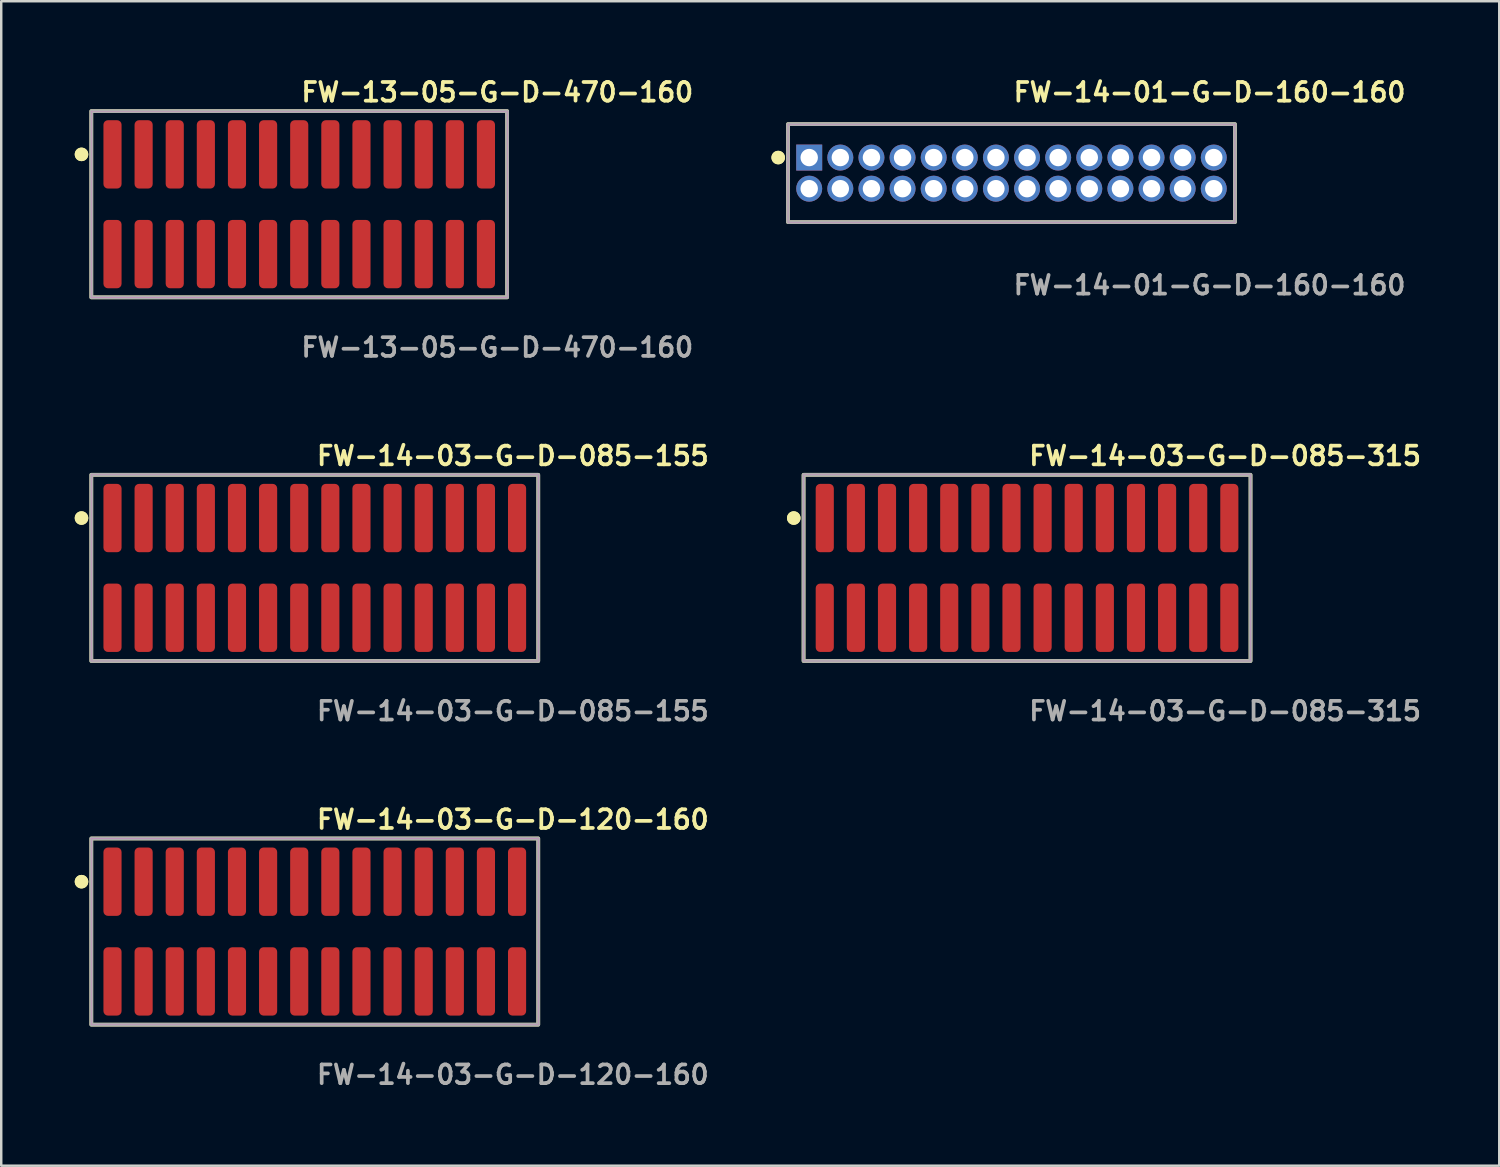
<source format=kicad_pcb>
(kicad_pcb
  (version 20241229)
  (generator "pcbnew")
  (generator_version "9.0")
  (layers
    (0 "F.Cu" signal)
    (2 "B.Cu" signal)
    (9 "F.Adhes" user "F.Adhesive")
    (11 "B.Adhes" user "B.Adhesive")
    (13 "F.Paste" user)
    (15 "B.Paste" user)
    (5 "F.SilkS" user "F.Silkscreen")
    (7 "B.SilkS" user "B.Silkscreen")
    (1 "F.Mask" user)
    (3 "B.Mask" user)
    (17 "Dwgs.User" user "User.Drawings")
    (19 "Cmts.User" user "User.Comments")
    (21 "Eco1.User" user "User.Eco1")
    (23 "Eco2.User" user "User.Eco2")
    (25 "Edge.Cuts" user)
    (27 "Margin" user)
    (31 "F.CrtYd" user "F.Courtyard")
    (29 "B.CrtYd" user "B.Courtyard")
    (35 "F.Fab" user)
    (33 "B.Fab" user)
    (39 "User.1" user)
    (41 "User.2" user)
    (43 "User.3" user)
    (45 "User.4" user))
  (footprint "FW-14-03-G-D-120-160"
    (layer "F.Cu")
    (at 9.796 34.966)
    (property "Reference" "FW-14-03-G-D-120-160" (at 0 -4.572 0) (unlocked yes) (layer "F.SilkS") (effects (font (size 0.762 0.762) (thickness 0.152)) (justify left)))
    (fp_rect (start -9.12 3.8) (end 9.12 -3.8) (stroke (width 0.152) (type solid)) (fill no) (layer "F.SilkS"))
    (fp_circle (center -9.52 -2.035) (end -9.72 -2.035) (stroke (width 0.152) (type solid)) (fill yes) (layer "F.SilkS"))
    (fp_circle (center -9.52 -2.035) (end -9.72 -2.035) (stroke (width 0.152) (type solid)) (fill yes) (layer "F.SilkS"))
    (fp_rect (start -9.12 3.8) (end 9.12 -3.8) (stroke (width 0.006) (type solid)) (fill no) (layer "F.CrtYd"))
    (fp_rect (start -9.12 3.8) (end 9.12 -3.8) (stroke (width 0.152) (type solid)) (fill no) (layer "F.Fab"))
    (fp_text user "${REFERENCE}" (at 0 5.842 0) (unlocked yes) (layer "F.Fab") (effects (font (size 0.762 0.762) (thickness 0.152)) (justify left)))
    (pad "1" smd roundrect (at -8.255 -2.035) (size 0.74 2.79) (layers "F.Cu" "F.Paste") (roundrect_rratio 0.25))
    (pad "2" smd roundrect (at -8.255 2.035) (size 0.74 2.79) (layers "F.Cu" "F.Paste") (roundrect_rratio 0.25))
    (pad "3" smd roundrect (at -6.985 -2.035) (size 0.74 2.79) (layers "F.Cu" "F.Paste") (roundrect_rratio 0.25))
    (pad "4" smd roundrect (at -6.985 2.035) (size 0.74 2.79) (layers "F.Cu" "F.Paste") (roundrect_rratio 0.25))
    (pad "5" smd roundrect (at -5.715 -2.035) (size 0.74 2.79) (layers "F.Cu" "F.Paste") (roundrect_rratio 0.25))
    (pad "6" smd roundrect (at -5.715 2.035) (size 0.74 2.79) (layers "F.Cu" "F.Paste") (roundrect_rratio 0.25))
    (pad "7" smd roundrect (at -4.445 -2.035) (size 0.74 2.79) (layers "F.Cu" "F.Paste") (roundrect_rratio 0.25))
    (pad "8" smd roundrect (at -4.445 2.035) (size 0.74 2.79) (layers "F.Cu" "F.Paste") (roundrect_rratio 0.25))
    (pad "9" smd roundrect (at -3.175 -2.035) (size 0.74 2.79) (layers "F.Cu" "F.Paste") (roundrect_rratio 0.25))
    (pad "10" smd roundrect (at -3.175 2.035) (size 0.74 2.79) (layers "F.Cu" "F.Paste") (roundrect_rratio 0.25))
    (pad "11" smd roundrect (at -1.905 -2.035) (size 0.74 2.79) (layers "F.Cu" "F.Paste") (roundrect_rratio 0.25))
    (pad "12" smd roundrect (at -1.905 2.035) (size 0.74 2.79) (layers "F.Cu" "F.Paste") (roundrect_rratio 0.25))
    (pad "13" smd roundrect (at -0.635 -2.035) (size 0.74 2.79) (layers "F.Cu" "F.Paste") (roundrect_rratio 0.25))
    (pad "14" smd roundrect (at -0.635 2.035) (size 0.74 2.79) (layers "F.Cu" "F.Paste") (roundrect_rratio 0.25))
    (pad "15" smd roundrect (at 0.635 -2.035) (size 0.74 2.79) (layers "F.Cu" "F.Paste") (roundrect_rratio 0.25))
    (pad "16" smd roundrect (at 0.635 2.035) (size 0.74 2.79) (layers "F.Cu" "F.Paste") (roundrect_rratio 0.25))
    (pad "17" smd roundrect (at 1.905 -2.035) (size 0.74 2.79) (layers "F.Cu" "F.Paste") (roundrect_rratio 0.25))
    (pad "18" smd roundrect (at 1.905 2.035) (size 0.74 2.79) (layers "F.Cu" "F.Paste") (roundrect_rratio 0.25))
    (pad "19" smd roundrect (at 3.175 -2.035) (size 0.74 2.79) (layers "F.Cu" "F.Paste") (roundrect_rratio 0.25))
    (pad "20" smd roundrect (at 3.175 2.035) (size 0.74 2.79) (layers "F.Cu" "F.Paste") (roundrect_rratio 0.25))
    (pad "21" smd roundrect (at 4.445 -2.035) (size 0.74 2.79) (layers "F.Cu" "F.Paste") (roundrect_rratio 0.25))
    (pad "22" smd roundrect (at 4.445 2.035) (size 0.74 2.79) (layers "F.Cu" "F.Paste") (roundrect_rratio 0.25))
    (pad "23" smd roundrect (at 5.715 -2.035) (size 0.74 2.79) (layers "F.Cu" "F.Paste") (roundrect_rratio 0.25))
    (pad "24" smd roundrect (at 5.715 2.035) (size 0.74 2.79) (layers "F.Cu" "F.Paste") (roundrect_rratio 0.25))
    (pad "25" smd roundrect (at 6.985 -2.035) (size 0.74 2.79) (layers "F.Cu" "F.Paste") (roundrect_rratio 0.25))
    (pad "26" smd roundrect (at 6.985 2.035) (size 0.74 2.79) (layers "F.Cu" "F.Paste") (roundrect_rratio 0.25))
    (pad "27" smd roundrect (at 8.255 -2.035) (size 0.74 2.79) (layers "F.Cu" "F.Paste") (roundrect_rratio 0.25))
    (pad "28" smd roundrect (at 8.255 2.035) (size 0.74 2.79) (layers "F.Cu" "F.Paste") (roundrect_rratio 0.25)))
  (footprint "FW-14-03-G-D-085-155"
    (layer "F.Cu")
    (at 9.796 20.126)
    (property "Reference" "FW-14-03-G-D-085-155" (at 0 -4.572 0) (unlocked yes) (layer "F.SilkS") (effects (font (size 0.762 0.762) (thickness 0.152)) (justify left)))
    (fp_rect (start -9.12 3.8) (end 9.12 -3.8) (stroke (width 0.152) (type solid)) (fill no) (layer "F.SilkS"))
    (fp_circle (center -9.52 -2.035) (end -9.72 -2.035) (stroke (width 0.152) (type solid)) (fill yes) (layer "F.SilkS"))
    (fp_circle (center -9.52 -2.035) (end -9.72 -2.035) (stroke (width 0.152) (type solid)) (fill yes) (layer "F.SilkS"))
    (fp_rect (start -9.12 3.8) (end 9.12 -3.8) (stroke (width 0.006) (type solid)) (fill no) (layer "F.CrtYd"))
    (fp_rect (start -9.12 3.8) (end 9.12 -3.8) (stroke (width 0.152) (type solid)) (fill no) (layer "F.Fab"))
    (fp_text user "${REFERENCE}" (at 0 5.842 0) (unlocked yes) (layer "F.Fab") (effects (font (size 0.762 0.762) (thickness 0.152)) (justify left)))
    (pad "1" smd roundrect (at -8.255 -2.035) (size 0.74 2.79) (layers "F.Cu" "F.Paste") (roundrect_rratio 0.25))
    (pad "2" smd roundrect (at -8.255 2.035) (size 0.74 2.79) (layers "F.Cu" "F.Paste") (roundrect_rratio 0.25))
    (pad "3" smd roundrect (at -6.985 -2.035) (size 0.74 2.79) (layers "F.Cu" "F.Paste") (roundrect_rratio 0.25))
    (pad "4" smd roundrect (at -6.985 2.035) (size 0.74 2.79) (layers "F.Cu" "F.Paste") (roundrect_rratio 0.25))
    (pad "5" smd roundrect (at -5.715 -2.035) (size 0.74 2.79) (layers "F.Cu" "F.Paste") (roundrect_rratio 0.25))
    (pad "6" smd roundrect (at -5.715 2.035) (size 0.74 2.79) (layers "F.Cu" "F.Paste") (roundrect_rratio 0.25))
    (pad "7" smd roundrect (at -4.445 -2.035) (size 0.74 2.79) (layers "F.Cu" "F.Paste") (roundrect_rratio 0.25))
    (pad "8" smd roundrect (at -4.445 2.035) (size 0.74 2.79) (layers "F.Cu" "F.Paste") (roundrect_rratio 0.25))
    (pad "9" smd roundrect (at -3.175 -2.035) (size 0.74 2.79) (layers "F.Cu" "F.Paste") (roundrect_rratio 0.25))
    (pad "10" smd roundrect (at -3.175 2.035) (size 0.74 2.79) (layers "F.Cu" "F.Paste") (roundrect_rratio 0.25))
    (pad "11" smd roundrect (at -1.905 -2.035) (size 0.74 2.79) (layers "F.Cu" "F.Paste") (roundrect_rratio 0.25))
    (pad "12" smd roundrect (at -1.905 2.035) (size 0.74 2.79) (layers "F.Cu" "F.Paste") (roundrect_rratio 0.25))
    (pad "13" smd roundrect (at -0.635 -2.035) (size 0.74 2.79) (layers "F.Cu" "F.Paste") (roundrect_rratio 0.25))
    (pad "14" smd roundrect (at -0.635 2.035) (size 0.74 2.79) (layers "F.Cu" "F.Paste") (roundrect_rratio 0.25))
    (pad "15" smd roundrect (at 0.635 -2.035) (size 0.74 2.79) (layers "F.Cu" "F.Paste") (roundrect_rratio 0.25))
    (pad "16" smd roundrect (at 0.635 2.035) (size 0.74 2.79) (layers "F.Cu" "F.Paste") (roundrect_rratio 0.25))
    (pad "17" smd roundrect (at 1.905 -2.035) (size 0.74 2.79) (layers "F.Cu" "F.Paste") (roundrect_rratio 0.25))
    (pad "18" smd roundrect (at 1.905 2.035) (size 0.74 2.79) (layers "F.Cu" "F.Paste") (roundrect_rratio 0.25))
    (pad "19" smd roundrect (at 3.175 -2.035) (size 0.74 2.79) (layers "F.Cu" "F.Paste") (roundrect_rratio 0.25))
    (pad "20" smd roundrect (at 3.175 2.035) (size 0.74 2.79) (layers "F.Cu" "F.Paste") (roundrect_rratio 0.25))
    (pad "21" smd roundrect (at 4.445 -2.035) (size 0.74 2.79) (layers "F.Cu" "F.Paste") (roundrect_rratio 0.25))
    (pad "22" smd roundrect (at 4.445 2.035) (size 0.74 2.79) (layers "F.Cu" "F.Paste") (roundrect_rratio 0.25))
    (pad "23" smd roundrect (at 5.715 -2.035) (size 0.74 2.79) (layers "F.Cu" "F.Paste") (roundrect_rratio 0.25))
    (pad "24" smd roundrect (at 5.715 2.035) (size 0.74 2.79) (layers "F.Cu" "F.Paste") (roundrect_rratio 0.25))
    (pad "25" smd roundrect (at 6.985 -2.035) (size 0.74 2.79) (layers "F.Cu" "F.Paste") (roundrect_rratio 0.25))
    (pad "26" smd roundrect (at 6.985 2.035) (size 0.74 2.79) (layers "F.Cu" "F.Paste") (roundrect_rratio 0.25))
    (pad "27" smd roundrect (at 8.255 -2.035) (size 0.74 2.79) (layers "F.Cu" "F.Paste") (roundrect_rratio 0.25))
    (pad "28" smd roundrect (at 8.255 2.035) (size 0.74 2.79) (layers "F.Cu" "F.Paste") (roundrect_rratio 0.25)))
  (footprint "FW-13-05-G-D-470-160"
    (layer "F.Cu")
    (at 9.161 5.285)
    (property "Reference" "FW-13-05-G-D-470-160" (at 0 -4.572 0) (unlocked yes) (layer "F.SilkS") (effects (font (size 0.762 0.762) (thickness 0.152)) (justify left)))
    (fp_rect (start -8.485 3.8) (end 8.485 -3.8) (stroke (width 0.152) (type solid)) (fill no) (layer "F.SilkS"))
    (fp_circle (center -8.885 -2.035) (end -9.085 -2.035) (stroke (width 0.152) (type solid)) (fill yes) (layer "F.SilkS"))
    (fp_circle (center -8.885 -2.035) (end -9.085 -2.035) (stroke (width 0.152) (type solid)) (fill yes) (layer "F.SilkS"))
    (fp_rect (start -8.485 3.8) (end 8.485 -3.8) (stroke (width 0.006) (type solid)) (fill no) (layer "F.CrtYd"))
    (fp_rect (start -8.485 3.8) (end 8.485 -3.8) (stroke (width 0.152) (type solid)) (fill no) (layer "F.Fab"))
    (fp_text user "${REFERENCE}" (at 0 5.842 0) (unlocked yes) (layer "F.Fab") (effects (font (size 0.762 0.762) (thickness 0.152)) (justify left)))
    (pad "1" smd roundrect (at -7.62 -2.035) (size 0.74 2.79) (layers "F.Cu" "F.Paste") (roundrect_rratio 0.25))
    (pad "2" smd roundrect (at -7.62 2.035) (size 0.74 2.79) (layers "F.Cu" "F.Paste") (roundrect_rratio 0.25))
    (pad "3" smd roundrect (at -6.35 -2.035) (size 0.74 2.79) (layers "F.Cu" "F.Paste") (roundrect_rratio 0.25))
    (pad "4" smd roundrect (at -6.35 2.035) (size 0.74 2.79) (layers "F.Cu" "F.Paste") (roundrect_rratio 0.25))
    (pad "5" smd roundrect (at -5.08 -2.035) (size 0.74 2.79) (layers "F.Cu" "F.Paste") (roundrect_rratio 0.25))
    (pad "6" smd roundrect (at -5.08 2.035) (size 0.74 2.79) (layers "F.Cu" "F.Paste") (roundrect_rratio 0.25))
    (pad "7" smd roundrect (at -3.81 -2.035) (size 0.74 2.79) (layers "F.Cu" "F.Paste") (roundrect_rratio 0.25))
    (pad "8" smd roundrect (at -3.81 2.035) (size 0.74 2.79) (layers "F.Cu" "F.Paste") (roundrect_rratio 0.25))
    (pad "9" smd roundrect (at -2.54 -2.035) (size 0.74 2.79) (layers "F.Cu" "F.Paste") (roundrect_rratio 0.25))
    (pad "10" smd roundrect (at -2.54 2.035) (size 0.74 2.79) (layers "F.Cu" "F.Paste") (roundrect_rratio 0.25))
    (pad "11" smd roundrect (at -1.27 -2.035) (size 0.74 2.79) (layers "F.Cu" "F.Paste") (roundrect_rratio 0.25))
    (pad "12" smd roundrect (at -1.27 2.035) (size 0.74 2.79) (layers "F.Cu" "F.Paste") (roundrect_rratio 0.25))
    (pad "13" smd roundrect (at 0 -2.035) (size 0.74 2.79) (layers "F.Cu" "F.Paste") (roundrect_rratio 0.25))
    (pad "14" smd roundrect (at 0 2.035) (size 0.74 2.79) (layers "F.Cu" "F.Paste") (roundrect_rratio 0.25))
    (pad "15" smd roundrect (at 1.27 -2.035) (size 0.74 2.79) (layers "F.Cu" "F.Paste") (roundrect_rratio 0.25))
    (pad "16" smd roundrect (at 1.27 2.035) (size 0.74 2.79) (layers "F.Cu" "F.Paste") (roundrect_rratio 0.25))
    (pad "17" smd roundrect (at 2.54 -2.035) (size 0.74 2.79) (layers "F.Cu" "F.Paste") (roundrect_rratio 0.25))
    (pad "18" smd roundrect (at 2.54 2.035) (size 0.74 2.79) (layers "F.Cu" "F.Paste") (roundrect_rratio 0.25))
    (pad "19" smd roundrect (at 3.81 -2.035) (size 0.74 2.79) (layers "F.Cu" "F.Paste") (roundrect_rratio 0.25))
    (pad "20" smd roundrect (at 3.81 2.035) (size 0.74 2.79) (layers "F.Cu" "F.Paste") (roundrect_rratio 0.25))
    (pad "21" smd roundrect (at 5.08 -2.035) (size 0.74 2.79) (layers "F.Cu" "F.Paste") (roundrect_rratio 0.25))
    (pad "22" smd roundrect (at 5.08 2.035) (size 0.74 2.79) (layers "F.Cu" "F.Paste") (roundrect_rratio 0.25))
    (pad "23" smd roundrect (at 6.35 -2.035) (size 0.74 2.79) (layers "F.Cu" "F.Paste") (roundrect_rratio 0.25))
    (pad "24" smd roundrect (at 6.35 2.035) (size 0.74 2.79) (layers "F.Cu" "F.Paste") (roundrect_rratio 0.25))
    (pad "25" smd roundrect (at 7.62 -2.035) (size 0.74 2.79) (layers "F.Cu" "F.Paste") (roundrect_rratio 0.25))
    (pad "26" smd roundrect (at 7.62 2.035) (size 0.74 2.79) (layers "F.Cu" "F.Paste") (roundrect_rratio 0.25)))
  (footprint "FW-14-01-G-D-160-160"
    (layer "F.Cu")
    (at 38.228 4.015)
    (property "Reference" "FW-14-01-G-D-160-160" (at 0 -3.302 0) (unlocked yes) (layer "F.SilkS") (effects (font (size 0.762 0.762) (thickness 0.152)) (justify left)))
    (fp_rect (start -9.12 2) (end 9.12 -2) (stroke (width 0.152) (type solid)) (fill no) (layer "F.SilkS"))
    (fp_circle (center -9.52 -0.635) (end -9.72 -0.635) (stroke (width 0.152) (type solid)) (fill yes) (layer "F.SilkS"))
    (fp_circle (center -9.52 -0.635) (end -9.72 -0.635) (stroke (width 0.152) (type solid)) (fill yes) (layer "F.SilkS"))
    (fp_rect (start -9.12 2) (end 9.12 -2) (stroke (width 0.006) (type solid)) (fill no) (layer "F.CrtYd"))
    (fp_rect (start -9.12 2) (end 9.12 -2) (stroke (width 0.152) (type solid)) (fill no) (layer "F.Fab"))
    (fp_text user "${REFERENCE}" (at 0 4.572 0) (unlocked yes) (layer "F.Fab") (effects (font (size 0.762 0.762) (thickness 0.152)) (justify left)))
    (pad "1" thru_hole rect (at -8.255 -0.635) (size 1.06 1.06) (drill 0.71) (layers "*.Cu" "*.Mask"))
    (pad "2" thru_hole circle (at -8.255 0.635) (size 1.06 1.06) (drill 0.71) (layers "*.Cu" "*.Mask"))
    (pad "3" thru_hole circle (at -6.985 -0.635) (size 1.06 1.06) (drill 0.71) (layers "*.Cu" "*.Mask"))
    (pad "4" thru_hole circle (at -6.985 0.635) (size 1.06 1.06) (drill 0.71) (layers "*.Cu" "*.Mask"))
    (pad "5" thru_hole circle (at -5.715 -0.635) (size 1.06 1.06) (drill 0.71) (layers "*.Cu" "*.Mask"))
    (pad "6" thru_hole circle (at -5.715 0.635) (size 1.06 1.06) (drill 0.71) (layers "*.Cu" "*.Mask"))
    (pad "7" thru_hole circle (at -4.445 -0.635) (size 1.06 1.06) (drill 0.71) (layers "*.Cu" "*.Mask"))
    (pad "8" thru_hole circle (at -4.445 0.635) (size 1.06 1.06) (drill 0.71) (layers "*.Cu" "*.Mask"))
    (pad "9" thru_hole circle (at -3.175 -0.635) (size 1.06 1.06) (drill 0.71) (layers "*.Cu" "*.Mask"))
    (pad "10" thru_hole circle (at -3.175 0.635) (size 1.06 1.06) (drill 0.71) (layers "*.Cu" "*.Mask"))
    (pad "11" thru_hole circle (at -1.905 -0.635) (size 1.06 1.06) (drill 0.71) (layers "*.Cu" "*.Mask"))
    (pad "12" thru_hole circle (at -1.905 0.635) (size 1.06 1.06) (drill 0.71) (layers "*.Cu" "*.Mask"))
    (pad "13" thru_hole circle (at -0.635 -0.635) (size 1.06 1.06) (drill 0.71) (layers "*.Cu" "*.Mask"))
    (pad "14" thru_hole circle (at -0.635 0.635) (size 1.06 1.06) (drill 0.71) (layers "*.Cu" "*.Mask"))
    (pad "15" thru_hole circle (at 0.635 -0.635) (size 1.06 1.06) (drill 0.71) (layers "*.Cu" "*.Mask"))
    (pad "16" thru_hole circle (at 0.635 0.635) (size 1.06 1.06) (drill 0.71) (layers "*.Cu" "*.Mask"))
    (pad "17" thru_hole circle (at 1.905 -0.635) (size 1.06 1.06) (drill 0.71) (layers "*.Cu" "*.Mask"))
    (pad "18" thru_hole circle (at 1.905 0.635) (size 1.06 1.06) (drill 0.71) (layers "*.Cu" "*.Mask"))
    (pad "19" thru_hole circle (at 3.175 -0.635) (size 1.06 1.06) (drill 0.71) (layers "*.Cu" "*.Mask"))
    (pad "20" thru_hole circle (at 3.175 0.635) (size 1.06 1.06) (drill 0.71) (layers "*.Cu" "*.Mask"))
    (pad "21" thru_hole circle (at 4.445 -0.635) (size 1.06 1.06) (drill 0.71) (layers "*.Cu" "*.Mask"))
    (pad "22" thru_hole circle (at 4.445 0.635) (size 1.06 1.06) (drill 0.71) (layers "*.Cu" "*.Mask"))
    (pad "23" thru_hole circle (at 5.715 -0.635) (size 1.06 1.06) (drill 0.71) (layers "*.Cu" "*.Mask"))
    (pad "24" thru_hole circle (at 5.715 0.635) (size 1.06 1.06) (drill 0.71) (layers "*.Cu" "*.Mask"))
    (pad "25" thru_hole circle (at 6.985 -0.635) (size 1.06 1.06) (drill 0.71) (layers "*.Cu" "*.Mask"))
    (pad "26" thru_hole circle (at 6.985 0.635) (size 1.06 1.06) (drill 0.71) (layers "*.Cu" "*.Mask"))
    (pad "27" thru_hole circle (at 8.255 -0.635) (size 1.06 1.06) (drill 0.71) (layers "*.Cu" "*.Mask"))
    (pad "28" thru_hole circle (at 8.255 0.635) (size 1.06 1.06) (drill 0.71) (layers "*.Cu" "*.Mask")))
  (footprint "FW-14-03-G-D-085-315"
    (layer "F.Cu")
    (at 38.863 20.126)
    (property "Reference" "FW-14-03-G-D-085-315" (at 0 -4.572 0) (unlocked yes) (layer "F.SilkS") (effects (font (size 0.762 0.762) (thickness 0.152)) (justify left)))
    (fp_rect (start -9.12 3.8) (end 9.12 -3.8) (stroke (width 0.152) (type solid)) (fill no) (layer "F.SilkS"))
    (fp_circle (center -9.52 -2.035) (end -9.72 -2.035) (stroke (width 0.152) (type solid)) (fill yes) (layer "F.SilkS"))
    (fp_circle (center -9.52 -2.035) (end -9.72 -2.035) (stroke (width 0.152) (type solid)) (fill yes) (layer "F.SilkS"))
    (fp_rect (start -9.12 3.8) (end 9.12 -3.8) (stroke (width 0.006) (type solid)) (fill no) (layer "F.CrtYd"))
    (fp_rect (start -9.12 3.8) (end 9.12 -3.8) (stroke (width 0.152) (type solid)) (fill no) (layer "F.Fab"))
    (fp_text user "${REFERENCE}" (at 0 5.842 0) (unlocked yes) (layer "F.Fab") (effects (font (size 0.762 0.762) (thickness 0.152)) (justify left)))
    (pad "1" smd roundrect (at -8.255 -2.035) (size 0.74 2.79) (layers "F.Cu" "F.Paste") (roundrect_rratio 0.25))
    (pad "2" smd roundrect (at -8.255 2.035) (size 0.74 2.79) (layers "F.Cu" "F.Paste") (roundrect_rratio 0.25))
    (pad "3" smd roundrect (at -6.985 -2.035) (size 0.74 2.79) (layers "F.Cu" "F.Paste") (roundrect_rratio 0.25))
    (pad "4" smd roundrect (at -6.985 2.035) (size 0.74 2.79) (layers "F.Cu" "F.Paste") (roundrect_rratio 0.25))
    (pad "5" smd roundrect (at -5.715 -2.035) (size 0.74 2.79) (layers "F.Cu" "F.Paste") (roundrect_rratio 0.25))
    (pad "6" smd roundrect (at -5.715 2.035) (size 0.74 2.79) (layers "F.Cu" "F.Paste") (roundrect_rratio 0.25))
    (pad "7" smd roundrect (at -4.445 -2.035) (size 0.74 2.79) (layers "F.Cu" "F.Paste") (roundrect_rratio 0.25))
    (pad "8" smd roundrect (at -4.445 2.035) (size 0.74 2.79) (layers "F.Cu" "F.Paste") (roundrect_rratio 0.25))
    (pad "9" smd roundrect (at -3.175 -2.035) (size 0.74 2.79) (layers "F.Cu" "F.Paste") (roundrect_rratio 0.25))
    (pad "10" smd roundrect (at -3.175 2.035) (size 0.74 2.79) (layers "F.Cu" "F.Paste") (roundrect_rratio 0.25))
    (pad "11" smd roundrect (at -1.905 -2.035) (size 0.74 2.79) (layers "F.Cu" "F.Paste") (roundrect_rratio 0.25))
    (pad "12" smd roundrect (at -1.905 2.035) (size 0.74 2.79) (layers "F.Cu" "F.Paste") (roundrect_rratio 0.25))
    (pad "13" smd roundrect (at -0.635 -2.035) (size 0.74 2.79) (layers "F.Cu" "F.Paste") (roundrect_rratio 0.25))
    (pad "14" smd roundrect (at -0.635 2.035) (size 0.74 2.79) (layers "F.Cu" "F.Paste") (roundrect_rratio 0.25))
    (pad "15" smd roundrect (at 0.635 -2.035) (size 0.74 2.79) (layers "F.Cu" "F.Paste") (roundrect_rratio 0.25))
    (pad "16" smd roundrect (at 0.635 2.035) (size 0.74 2.79) (layers "F.Cu" "F.Paste") (roundrect_rratio 0.25))
    (pad "17" smd roundrect (at 1.905 -2.035) (size 0.74 2.79) (layers "F.Cu" "F.Paste") (roundrect_rratio 0.25))
    (pad "18" smd roundrect (at 1.905 2.035) (size 0.74 2.79) (layers "F.Cu" "F.Paste") (roundrect_rratio 0.25))
    (pad "19" smd roundrect (at 3.175 -2.035) (size 0.74 2.79) (layers "F.Cu" "F.Paste") (roundrect_rratio 0.25))
    (pad "20" smd roundrect (at 3.175 2.035) (size 0.74 2.79) (layers "F.Cu" "F.Paste") (roundrect_rratio 0.25))
    (pad "21" smd roundrect (at 4.445 -2.035) (size 0.74 2.79) (layers "F.Cu" "F.Paste") (roundrect_rratio 0.25))
    (pad "22" smd roundrect (at 4.445 2.035) (size 0.74 2.79) (layers "F.Cu" "F.Paste") (roundrect_rratio 0.25))
    (pad "23" smd roundrect (at 5.715 -2.035) (size 0.74 2.79) (layers "F.Cu" "F.Paste") (roundrect_rratio 0.25))
    (pad "24" smd roundrect (at 5.715 2.035) (size 0.74 2.79) (layers "F.Cu" "F.Paste") (roundrect_rratio 0.25))
    (pad "25" smd roundrect (at 6.985 -2.035) (size 0.74 2.79) (layers "F.Cu" "F.Paste") (roundrect_rratio 0.25))
    (pad "26" smd roundrect (at 6.985 2.035) (size 0.74 2.79) (layers "F.Cu" "F.Paste") (roundrect_rratio 0.25))
    (pad "27" smd roundrect (at 8.255 -2.035) (size 0.74 2.79) (layers "F.Cu" "F.Paste") (roundrect_rratio 0.25))
    (pad "28" smd roundrect (at 8.255 2.035) (size 0.74 2.79) (layers "F.Cu" "F.Paste") (roundrect_rratio 0.25)))
  (gr_rect
    (start -3 -3)
    (end 58.133 44.521)
    (stroke (width 0.1) (type default))
    (fill no)
    (layer "Edge.Cuts")))
</source>
